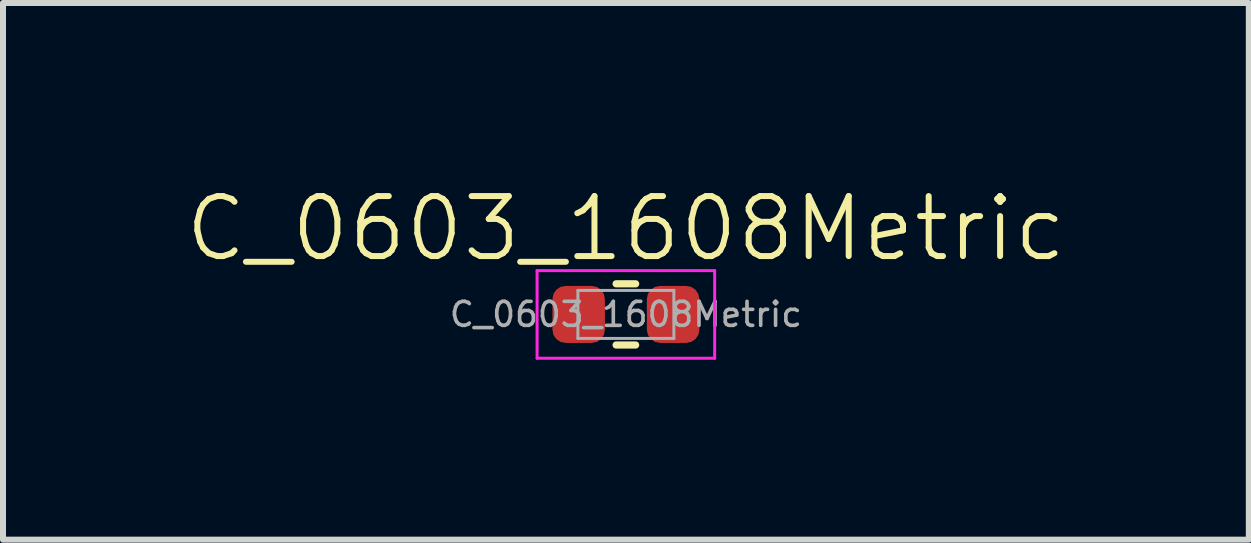
<source format=kicad_pcb>
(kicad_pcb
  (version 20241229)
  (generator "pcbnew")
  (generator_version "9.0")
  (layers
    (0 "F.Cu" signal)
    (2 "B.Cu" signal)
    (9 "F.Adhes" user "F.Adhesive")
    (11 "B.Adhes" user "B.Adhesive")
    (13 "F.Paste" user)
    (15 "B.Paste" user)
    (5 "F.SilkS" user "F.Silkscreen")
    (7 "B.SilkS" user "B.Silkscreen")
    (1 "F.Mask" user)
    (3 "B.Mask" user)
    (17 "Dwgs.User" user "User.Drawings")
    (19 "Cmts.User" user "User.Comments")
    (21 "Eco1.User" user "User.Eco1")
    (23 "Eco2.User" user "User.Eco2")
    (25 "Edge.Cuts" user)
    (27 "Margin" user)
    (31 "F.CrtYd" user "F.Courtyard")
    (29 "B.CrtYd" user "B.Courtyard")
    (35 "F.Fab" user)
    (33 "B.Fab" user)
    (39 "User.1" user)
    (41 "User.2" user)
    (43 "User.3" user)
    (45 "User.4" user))
  (footprint "C_0603_1608Metric"
    (layer "F.Cu")
    (at 7.383 2.191)
    (property "Reference" "C_0603_1608Metric" (at 0 -1.43 0) (layer "F.SilkS") (effects (font (size 1 1) (thickness 0.1))))
    (attr smd)
    (fp_line (start -0.163 -0.51) (end 0.163 -0.51) (stroke (width 0.12) (type solid)) (layer "F.SilkS"))
    (fp_line (start -0.163 0.51) (end 0.163 0.51) (stroke (width 0.12) (type solid)) (layer "F.SilkS"))
    (fp_line (start -1.48 -0.73) (end 1.48 -0.73) (stroke (width 0.05) (type solid)) (layer "F.CrtYd"))
    (fp_line (start -1.48 0.73) (end -1.48 -0.73) (stroke (width 0.05) (type solid)) (layer "F.CrtYd"))
    (fp_line (start 1.48 -0.73) (end 1.48 0.73) (stroke (width 0.05) (type solid)) (layer "F.CrtYd"))
    (fp_line (start 1.48 0.73) (end -1.48 0.73) (stroke (width 0.05) (type solid)) (layer "F.CrtYd"))
    (fp_line (start -0.8 -0.4) (end 0.8 -0.4) (stroke (width 0.05) (type solid)) (layer "F.Fab"))
    (fp_line (start -0.8 0.4) (end -0.8 -0.4) (stroke (width 0.05) (type solid)) (layer "F.Fab"))
    (fp_line (start 0.8 -0.4) (end 0.8 0.4) (stroke (width 0.05) (type solid)) (layer "F.Fab"))
    (fp_line (start 0.8 0.4) (end -0.8 0.4) (stroke (width 0.05) (type solid)) (layer "F.Fab"))
    (fp_text user "${REFERENCE}" (at 0 0 0) (layer "F.Fab") (effects (font (size 0.4 0.4) (thickness 0.06))))
    (pad "1" smd roundrect (at -0.787 0) (size 0.875 0.95) (layers "F.Cu" "F.Mask" "F.Paste") (roundrect_rratio 0.25))
    (pad "2" smd roundrect (at 0.787 0) (size 0.875 0.95) (layers "F.Cu" "F.Mask" "F.Paste") (roundrect_rratio 0.25)))
  (gr_rect
    (start -3 -3)
    (end 17.767 5.946)
    (stroke (width 0.1) (type default))
    (fill no)
    (layer "Edge.Cuts")))
</source>
